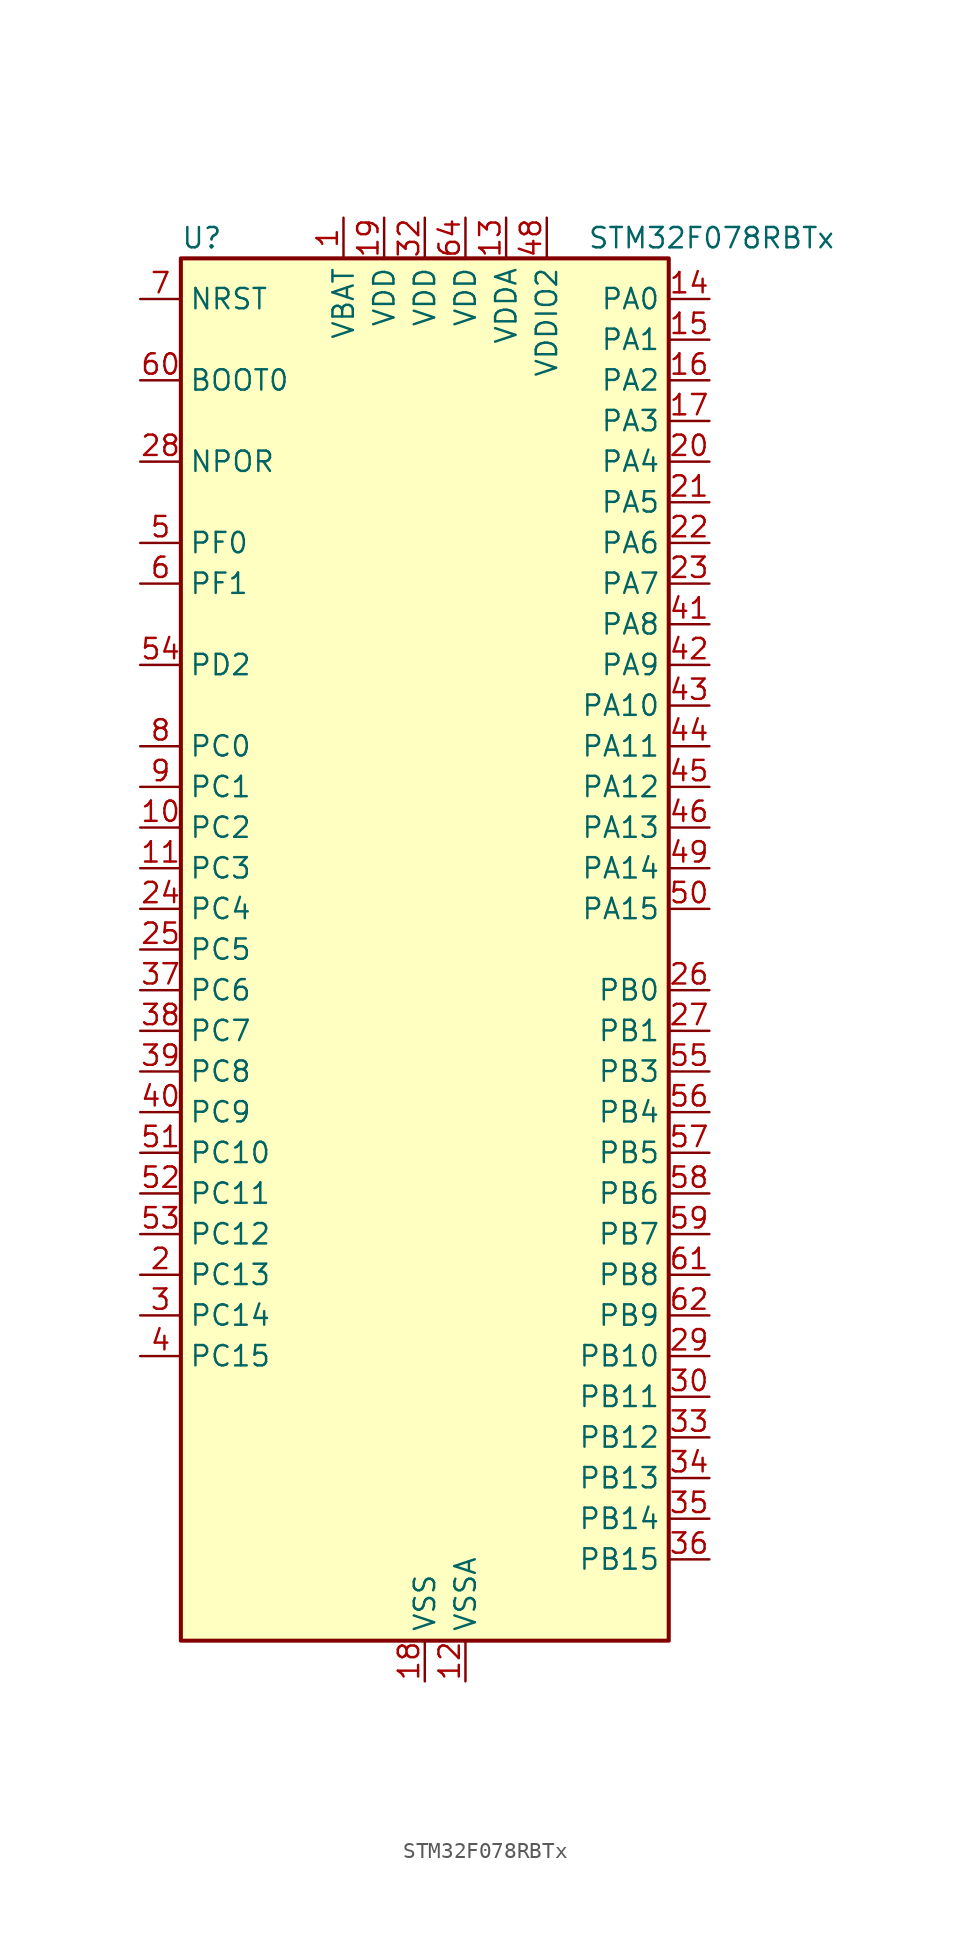
<source format=kicad_sym>
(kicad_symbol_lib
  (version 20220914)
  (generator kicad_symbol_editor)
  (symbol "STM32F078RBTx"
    (property "Reference" "U"
      (at -15.24 44.45 0)
      (effects (font (size 1.27 1.27)) (justify left)))
    (property "Value" "STM32F078RBTx"
      (at 10.16 44.45 0)
      (effects (font (size 1.27 1.27)) (justify left)))
    (property "ki_locked" ""
      (at 0 0 0)
      (effects (font (size 1.27 1.27))))
    (symbol "STM32F078RBTx_0_1"
      (rectangle (start -15.24 -43.18) (end 15.24 43.18) (stroke (width 0.254) (type default)) (fill (type background))))
    (symbol "STM32F078RBTx_1_1"
      (pin power_in line (at -5.08 45.72 270) (length 2.54) (name "VBAT" (effects (font (size 1.27 1.27)))) (number "1" (effects (font (size 1.27 1.27)))))
      (pin bidirectional line (at -17.78 7.62 0) (length 2.54) (name "PC2" (effects (font (size 1.27 1.27)))) (number "10" (effects (font (size 1.27 1.27)))) (alternate "ADC_IN12" bidirectional line) (alternate "I2S2_MCK" bidirectional line) (alternate "SPI2_MISO" bidirectional line))
      (pin bidirectional line (at -17.78 5.08 0) (length 2.54) (name "PC3" (effects (font (size 1.27 1.27)))) (number "11" (effects (font (size 1.27 1.27)))) (alternate "ADC_IN13" bidirectional line) (alternate "I2S2_SD" bidirectional line) (alternate "SPI2_MOSI" bidirectional line))
      (pin power_in line (at 2.54 -45.72 90) (length 2.54) (name "VSSA" (effects (font (size 1.27 1.27)))) (number "12" (effects (font (size 1.27 1.27)))))
      (pin power_in line (at 5.08 45.72 270) (length 2.54) (name "VDDA" (effects (font (size 1.27 1.27)))) (number "13" (effects (font (size 1.27 1.27)))))
      (pin bidirectional line (at 17.78 40.64 180) (length 2.54) (name "PA0" (effects (font (size 1.27 1.27)))) (number "14" (effects (font (size 1.27 1.27)))) (alternate "ADC_IN0" bidirectional line) (alternate "COMP1_INM" bidirectional line) (alternate "COMP1_OUT" bidirectional line) (alternate "RTC_TAMP2" bidirectional line) (alternate "SYS_WKUP1" bidirectional line) (alternate "TIM2_CH1" bidirectional line) (alternate "TIM2_ETR" bidirectional line) (alternate "TSC_G1_IO1" bidirectional line) (alternate "USART2_CTS" bidirectional line) (alternate "USART4_TX" bidirectional line))
      (pin bidirectional line (at 17.78 38.1 180) (length 2.54) (name "PA1" (effects (font (size 1.27 1.27)))) (number "15" (effects (font (size 1.27 1.27)))) (alternate "ADC_IN1" bidirectional line) (alternate "COMP1_INP" bidirectional line) (alternate "TIM15_CH1N" bidirectional line) (alternate "TIM2_CH2" bidirectional line) (alternate "TSC_G1_IO2" bidirectional line) (alternate "USART2_DE" bidirectional line) (alternate "USART2_RTS" bidirectional line) (alternate "USART4_RX" bidirectional line))
      (pin bidirectional line (at 17.78 35.56 180) (length 2.54) (name "PA2" (effects (font (size 1.27 1.27)))) (number "16" (effects (font (size 1.27 1.27)))) (alternate "ADC_IN2" bidirectional line) (alternate "COMP2_INM" bidirectional line) (alternate "COMP2_OUT" bidirectional line) (alternate "SYS_WKUP4" bidirectional line) (alternate "TIM15_CH1" bidirectional line) (alternate "TIM2_CH3" bidirectional line) (alternate "TSC_G1_IO3" bidirectional line) (alternate "USART2_TX" bidirectional line))
      (pin bidirectional line (at 17.78 33.02 180) (length 2.54) (name "PA3" (effects (font (size 1.27 1.27)))) (number "17" (effects (font (size 1.27 1.27)))) (alternate "ADC_IN3" bidirectional line) (alternate "COMP2_INP" bidirectional line) (alternate "TIM15_CH2" bidirectional line) (alternate "TIM2_CH4" bidirectional line) (alternate "TSC_G1_IO4" bidirectional line) (alternate "USART2_RX" bidirectional line))
      (pin power_in line (at 0 -45.72 90) (length 2.54) (name "VSS" (effects (font (size 1.27 1.27)))) (number "18" (effects (font (size 1.27 1.27)))))
      (pin power_in line (at -2.54 45.72 270) (length 2.54) (name "VDD" (effects (font (size 1.27 1.27)))) (number "19" (effects (font (size 1.27 1.27)))))
      (pin bidirectional line (at -17.78 -20.32 0) (length 2.54) (name "PC13" (effects (font (size 1.27 1.27)))) (number "2" (effects (font (size 1.27 1.27)))) (alternate "RTC_OUT_ALARM" bidirectional line) (alternate "RTC_OUT_CALIB" bidirectional line) (alternate "RTC_TAMP1" bidirectional line) (alternate "RTC_TS" bidirectional line) (alternate "SYS_WKUP2" bidirectional line))
      (pin bidirectional line (at 17.78 30.48 180) (length 2.54) (name "PA4" (effects (font (size 1.27 1.27)))) (number "20" (effects (font (size 1.27 1.27)))) (alternate "ADC_IN4" bidirectional line) (alternate "COMP1_INM" bidirectional line) (alternate "COMP2_INM" bidirectional line) (alternate "DAC_OUT1" bidirectional line) (alternate "I2S1_WS" bidirectional line) (alternate "SPI1_NSS" bidirectional line) (alternate "TIM14_CH1" bidirectional line) (alternate "TSC_G2_IO1" bidirectional line) (alternate "USART2_CK" bidirectional line))
      (pin bidirectional line (at 17.78 27.94 180) (length 2.54) (name "PA5" (effects (font (size 1.27 1.27)))) (number "21" (effects (font (size 1.27 1.27)))) (alternate "ADC_IN5" bidirectional line) (alternate "CEC" bidirectional line) (alternate "COMP1_INM" bidirectional line) (alternate "COMP2_INM" bidirectional line) (alternate "DAC_OUT2" bidirectional line) (alternate "I2S1_CK" bidirectional line) (alternate "SPI1_SCK" bidirectional line) (alternate "TIM2_CH1" bidirectional line) (alternate "TIM2_ETR" bidirectional line) (alternate "TSC_G2_IO2" bidirectional line))
      (pin bidirectional line (at 17.78 25.4 180) (length 2.54) (name "PA6" (effects (font (size 1.27 1.27)))) (number "22" (effects (font (size 1.27 1.27)))) (alternate "ADC_IN6" bidirectional line) (alternate "COMP1_OUT" bidirectional line) (alternate "I2S1_MCK" bidirectional line) (alternate "SPI1_MISO" bidirectional line) (alternate "TIM16_CH1" bidirectional line) (alternate "TIM1_BKIN" bidirectional line) (alternate "TIM3_CH1" bidirectional line) (alternate "TSC_G2_IO3" bidirectional line) (alternate "USART3_CTS" bidirectional line))
      (pin bidirectional line (at 17.78 22.86 180) (length 2.54) (name "PA7" (effects (font (size 1.27 1.27)))) (number "23" (effects (font (size 1.27 1.27)))) (alternate "ADC_IN7" bidirectional line) (alternate "COMP2_OUT" bidirectional line) (alternate "I2S1_SD" bidirectional line) (alternate "SPI1_MOSI" bidirectional line) (alternate "TIM14_CH1" bidirectional line) (alternate "TIM17_CH1" bidirectional line) (alternate "TIM1_CH1N" bidirectional line) (alternate "TIM3_CH2" bidirectional line) (alternate "TSC_G2_IO4" bidirectional line))
      (pin bidirectional line (at -17.78 2.54 0) (length 2.54) (name "PC4" (effects (font (size 1.27 1.27)))) (number "24" (effects (font (size 1.27 1.27)))) (alternate "ADC_IN14" bidirectional line) (alternate "USART3_TX" bidirectional line))
      (pin bidirectional line (at -17.78 0 0) (length 2.54) (name "PC5" (effects (font (size 1.27 1.27)))) (number "25" (effects (font (size 1.27 1.27)))) (alternate "ADC_IN15" bidirectional line) (alternate "SYS_WKUP5" bidirectional line) (alternate "TSC_G3_IO1" bidirectional line) (alternate "USART3_RX" bidirectional line))
      (pin bidirectional line (at 17.78 -2.54 180) (length 2.54) (name "PB0" (effects (font (size 1.27 1.27)))) (number "26" (effects (font (size 1.27 1.27)))) (alternate "ADC_IN8" bidirectional line) (alternate "TIM1_CH2N" bidirectional line) (alternate "TIM3_CH3" bidirectional line) (alternate "TSC_G3_IO2" bidirectional line) (alternate "USART3_CK" bidirectional line))
      (pin bidirectional line (at 17.78 -5.08 180) (length 2.54) (name "PB1" (effects (font (size 1.27 1.27)))) (number "27" (effects (font (size 1.27 1.27)))) (alternate "ADC_IN9" bidirectional line) (alternate "TIM14_CH1" bidirectional line) (alternate "TIM1_CH3N" bidirectional line) (alternate "TIM3_CH4" bidirectional line) (alternate "TSC_G3_IO3" bidirectional line) (alternate "USART3_DE" bidirectional line) (alternate "USART3_RTS" bidirectional line))
      (pin input line (at -17.78 30.48 0) (length 2.54) (name "NPOR" (effects (font (size 1.27 1.27)))) (number "28" (effects (font (size 1.27 1.27)))))
      (pin bidirectional line (at 17.78 -25.4 180) (length 2.54) (name "PB10" (effects (font (size 1.27 1.27)))) (number "29" (effects (font (size 1.27 1.27)))) (alternate "CEC" bidirectional line) (alternate "I2C2_SCL" bidirectional line) (alternate "I2S2_CK" bidirectional line) (alternate "SPI2_SCK" bidirectional line) (alternate "TIM2_CH3" bidirectional line) (alternate "TSC_SYNC" bidirectional line) (alternate "USART3_TX" bidirectional line))
      (pin bidirectional line (at -17.78 -22.86 0) (length 2.54) (name "PC14" (effects (font (size 1.27 1.27)))) (number "3" (effects (font (size 1.27 1.27)))) (alternate "RCC_OSC32_IN" bidirectional line))
      (pin bidirectional line (at 17.78 -27.94 180) (length 2.54) (name "PB11" (effects (font (size 1.27 1.27)))) (number "30" (effects (font (size 1.27 1.27)))) (alternate "I2C2_SDA" bidirectional line) (alternate "TIM2_CH4" bidirectional line) (alternate "TSC_G6_IO1" bidirectional line) (alternate "USART3_RX" bidirectional line))
      (pin passive line (at 0 -45.72 90) (length 2.54) hide (name "VSS" (effects (font (size 1.27 1.27)))) (number "31" (effects (font (size 1.27 1.27)))))
      (pin power_in line (at 0 45.72 270) (length 2.54) (name "VDD" (effects (font (size 1.27 1.27)))) (number "32" (effects (font (size 1.27 1.27)))))
      (pin bidirectional line (at 17.78 -30.48 180) (length 2.54) (name "PB12" (effects (font (size 1.27 1.27)))) (number "33" (effects (font (size 1.27 1.27)))) (alternate "I2S2_WS" bidirectional line) (alternate "SPI2_NSS" bidirectional line) (alternate "TIM15_BKIN" bidirectional line) (alternate "TIM1_BKIN" bidirectional line) (alternate "TSC_G6_IO2" bidirectional line) (alternate "USART3_CK" bidirectional line))
      (pin bidirectional line (at 17.78 -33.02 180) (length 2.54) (name "PB13" (effects (font (size 1.27 1.27)))) (number "34" (effects (font (size 1.27 1.27)))) (alternate "I2C2_SCL" bidirectional line) (alternate "I2S2_CK" bidirectional line) (alternate "SPI2_SCK" bidirectional line) (alternate "TIM1_CH1N" bidirectional line) (alternate "TSC_G6_IO3" bidirectional line) (alternate "USART3_CTS" bidirectional line))
      (pin bidirectional line (at 17.78 -35.56 180) (length 2.54) (name "PB14" (effects (font (size 1.27 1.27)))) (number "35" (effects (font (size 1.27 1.27)))) (alternate "I2C2_SDA" bidirectional line) (alternate "I2S2_MCK" bidirectional line) (alternate "SPI2_MISO" bidirectional line) (alternate "TIM15_CH1" bidirectional line) (alternate "TIM1_CH2N" bidirectional line) (alternate "TSC_G6_IO4" bidirectional line) (alternate "USART3_DE" bidirectional line) (alternate "USART3_RTS" bidirectional line))
      (pin bidirectional line (at 17.78 -38.1 180) (length 2.54) (name "PB15" (effects (font (size 1.27 1.27)))) (number "36" (effects (font (size 1.27 1.27)))) (alternate "I2S2_SD" bidirectional line) (alternate "RTC_REFIN" bidirectional line) (alternate "SPI2_MOSI" bidirectional line) (alternate "SYS_WKUP7" bidirectional line) (alternate "TIM15_CH1N" bidirectional line) (alternate "TIM15_CH2" bidirectional line) (alternate "TIM1_CH3N" bidirectional line))
      (pin bidirectional line (at -17.78 -2.54 0) (length 2.54) (name "PC6" (effects (font (size 1.27 1.27)))) (number "37" (effects (font (size 1.27 1.27)))) (alternate "TIM3_CH1" bidirectional line))
      (pin bidirectional line (at -17.78 -5.08 0) (length 2.54) (name "PC7" (effects (font (size 1.27 1.27)))) (number "38" (effects (font (size 1.27 1.27)))) (alternate "TIM3_CH2" bidirectional line))
      (pin bidirectional line (at -17.78 -7.62 0) (length 2.54) (name "PC8" (effects (font (size 1.27 1.27)))) (number "39" (effects (font (size 1.27 1.27)))) (alternate "TIM3_CH3" bidirectional line))
      (pin bidirectional line (at -17.78 -25.4 0) (length 2.54) (name "PC15" (effects (font (size 1.27 1.27)))) (number "4" (effects (font (size 1.27 1.27)))) (alternate "RCC_OSC32_OUT" bidirectional line))
      (pin bidirectional line (at -17.78 -10.16 0) (length 2.54) (name "PC9" (effects (font (size 1.27 1.27)))) (number "40" (effects (font (size 1.27 1.27)))) (alternate "DAC_EXTI9" bidirectional line) (alternate "TIM3_CH4" bidirectional line))
      (pin bidirectional line (at 17.78 20.32 180) (length 2.54) (name "PA8" (effects (font (size 1.27 1.27)))) (number "41" (effects (font (size 1.27 1.27)))) (alternate "CRS_SYNC" bidirectional line) (alternate "RCC_MCO" bidirectional line) (alternate "TIM1_CH1" bidirectional line) (alternate "USART1_CK" bidirectional line))
      (pin bidirectional line (at 17.78 17.78 180) (length 2.54) (name "PA9" (effects (font (size 1.27 1.27)))) (number "42" (effects (font (size 1.27 1.27)))) (alternate "DAC_EXTI9" bidirectional line) (alternate "TIM15_BKIN" bidirectional line) (alternate "TIM1_CH2" bidirectional line) (alternate "TSC_G4_IO1" bidirectional line) (alternate "USART1_TX" bidirectional line))
      (pin bidirectional line (at 17.78 15.24 180) (length 2.54) (name "PA10" (effects (font (size 1.27 1.27)))) (number "43" (effects (font (size 1.27 1.27)))) (alternate "TIM17_BKIN" bidirectional line) (alternate "TIM1_CH3" bidirectional line) (alternate "TSC_G4_IO2" bidirectional line) (alternate "USART1_RX" bidirectional line))
      (pin bidirectional line (at 17.78 12.7 180) (length 2.54) (name "PA11" (effects (font (size 1.27 1.27)))) (number "44" (effects (font (size 1.27 1.27)))) (alternate "COMP1_OUT" bidirectional line) (alternate "TIM1_CH4" bidirectional line) (alternate "TSC_G4_IO3" bidirectional line) (alternate "USART1_CTS" bidirectional line) (alternate "USB_DM" bidirectional line))
      (pin bidirectional line (at 17.78 10.16 180) (length 2.54) (name "PA12" (effects (font (size 1.27 1.27)))) (number "45" (effects (font (size 1.27 1.27)))) (alternate "COMP2_OUT" bidirectional line) (alternate "TIM1_ETR" bidirectional line) (alternate "TSC_G4_IO4" bidirectional line) (alternate "USART1_DE" bidirectional line) (alternate "USART1_RTS" bidirectional line) (alternate "USB_DP" bidirectional line))
      (pin bidirectional line (at 17.78 7.62 180) (length 2.54) (name "PA13" (effects (font (size 1.27 1.27)))) (number "46" (effects (font (size 1.27 1.27)))) (alternate "IR_OUT" bidirectional line) (alternate "SYS_SWDIO" bidirectional line) (alternate "USB_NOE" bidirectional line))
      (pin passive line (at 0 -45.72 90) (length 2.54) hide (name "VSS" (effects (font (size 1.27 1.27)))) (number "47" (effects (font (size 1.27 1.27)))))
      (pin power_in line (at 7.62 45.72 270) (length 2.54) (name "VDDIO2" (effects (font (size 1.27 1.27)))) (number "48" (effects (font (size 1.27 1.27)))))
      (pin bidirectional line (at 17.78 5.08 180) (length 2.54) (name "PA14" (effects (font (size 1.27 1.27)))) (number "49" (effects (font (size 1.27 1.27)))) (alternate "SYS_SWCLK" bidirectional line) (alternate "USART2_TX" bidirectional line))
      (pin bidirectional line (at -17.78 25.4 0) (length 2.54) (name "PF0" (effects (font (size 1.27 1.27)))) (number "5" (effects (font (size 1.27 1.27)))) (alternate "CRS_SYNC" bidirectional line) (alternate "RCC_OSC_IN" bidirectional line))
      (pin bidirectional line (at 17.78 2.54 180) (length 2.54) (name "PA15" (effects (font (size 1.27 1.27)))) (number "50" (effects (font (size 1.27 1.27)))) (alternate "I2S1_WS" bidirectional line) (alternate "SPI1_NSS" bidirectional line) (alternate "TIM2_CH1" bidirectional line) (alternate "TIM2_ETR" bidirectional line) (alternate "USART2_RX" bidirectional line) (alternate "USART4_DE" bidirectional line) (alternate "USART4_RTS" bidirectional line))
      (pin bidirectional line (at -17.78 -12.7 0) (length 2.54) (name "PC10" (effects (font (size 1.27 1.27)))) (number "51" (effects (font (size 1.27 1.27)))) (alternate "USART3_TX" bidirectional line) (alternate "USART4_TX" bidirectional line))
      (pin bidirectional line (at -17.78 -15.24 0) (length 2.54) (name "PC11" (effects (font (size 1.27 1.27)))) (number "52" (effects (font (size 1.27 1.27)))) (alternate "USART3_RX" bidirectional line) (alternate "USART4_RX" bidirectional line))
      (pin bidirectional line (at -17.78 -17.78 0) (length 2.54) (name "PC12" (effects (font (size 1.27 1.27)))) (number "53" (effects (font (size 1.27 1.27)))) (alternate "USART3_CK" bidirectional line) (alternate "USART4_CK" bidirectional line))
      (pin bidirectional line (at -17.78 17.78 0) (length 2.54) (name "PD2" (effects (font (size 1.27 1.27)))) (number "54" (effects (font (size 1.27 1.27)))) (alternate "TIM3_ETR" bidirectional line) (alternate "USART3_DE" bidirectional line) (alternate "USART3_RTS" bidirectional line))
      (pin bidirectional line (at 17.78 -7.62 180) (length 2.54) (name "PB3" (effects (font (size 1.27 1.27)))) (number "55" (effects (font (size 1.27 1.27)))) (alternate "I2S1_CK" bidirectional line) (alternate "SPI1_SCK" bidirectional line) (alternate "TIM2_CH2" bidirectional line) (alternate "TSC_G5_IO1" bidirectional line))
      (pin bidirectional line (at 17.78 -10.16 180) (length 2.54) (name "PB4" (effects (font (size 1.27 1.27)))) (number "56" (effects (font (size 1.27 1.27)))) (alternate "I2S1_MCK" bidirectional line) (alternate "SPI1_MISO" bidirectional line) (alternate "TIM17_BKIN" bidirectional line) (alternate "TIM3_CH1" bidirectional line) (alternate "TSC_G5_IO2" bidirectional line))
      (pin bidirectional line (at 17.78 -12.7 180) (length 2.54) (name "PB5" (effects (font (size 1.27 1.27)))) (number "57" (effects (font (size 1.27 1.27)))) (alternate "I2C1_SMBA" bidirectional line) (alternate "I2S1_SD" bidirectional line) (alternate "SPI1_MOSI" bidirectional line) (alternate "SYS_WKUP6" bidirectional line) (alternate "TIM16_BKIN" bidirectional line) (alternate "TIM3_CH2" bidirectional line))
      (pin bidirectional line (at 17.78 -15.24 180) (length 2.54) (name "PB6" (effects (font (size 1.27 1.27)))) (number "58" (effects (font (size 1.27 1.27)))) (alternate "I2C1_SCL" bidirectional line) (alternate "TIM16_CH1N" bidirectional line) (alternate "TSC_G5_IO3" bidirectional line) (alternate "USART1_TX" bidirectional line))
      (pin bidirectional line (at 17.78 -17.78 180) (length 2.54) (name "PB7" (effects (font (size 1.27 1.27)))) (number "59" (effects (font (size 1.27 1.27)))) (alternate "I2C1_SDA" bidirectional line) (alternate "TIM17_CH1N" bidirectional line) (alternate "TSC_G5_IO4" bidirectional line) (alternate "USART1_RX" bidirectional line) (alternate "USART4_CTS" bidirectional line))
      (pin bidirectional line (at -17.78 22.86 0) (length 2.54) (name "PF1" (effects (font (size 1.27 1.27)))) (number "6" (effects (font (size 1.27 1.27)))) (alternate "RCC_OSC_OUT" bidirectional line))
      (pin input line (at -17.78 35.56 0) (length 2.54) (name "BOOT0" (effects (font (size 1.27 1.27)))) (number "60" (effects (font (size 1.27 1.27)))))
      (pin bidirectional line (at 17.78 -20.32 180) (length 2.54) (name "PB8" (effects (font (size 1.27 1.27)))) (number "61" (effects (font (size 1.27 1.27)))) (alternate "CEC" bidirectional line) (alternate "I2C1_SCL" bidirectional line) (alternate "TIM16_CH1" bidirectional line) (alternate "TSC_SYNC" bidirectional line))
      (pin bidirectional line (at 17.78 -22.86 180) (length 2.54) (name "PB9" (effects (font (size 1.27 1.27)))) (number "62" (effects (font (size 1.27 1.27)))) (alternate "DAC_EXTI9" bidirectional line) (alternate "I2C1_SDA" bidirectional line) (alternate "I2S2_WS" bidirectional line) (alternate "IR_OUT" bidirectional line) (alternate "SPI2_NSS" bidirectional line) (alternate "TIM17_CH1" bidirectional line))
      (pin passive line (at 0 -45.72 90) (length 2.54) hide (name "VSS" (effects (font (size 1.27 1.27)))) (number "63" (effects (font (size 1.27 1.27)))))
      (pin power_in line (at 2.54 45.72 270) (length 2.54) (name "VDD" (effects (font (size 1.27 1.27)))) (number "64" (effects (font (size 1.27 1.27)))))
      (pin input line (at -17.78 40.64 0) (length 2.54) (name "NRST" (effects (font (size 1.27 1.27)))) (number "7" (effects (font (size 1.27 1.27)))))
      (pin bidirectional line (at -17.78 12.7 0) (length 2.54) (name "PC0" (effects (font (size 1.27 1.27)))) (number "8" (effects (font (size 1.27 1.27)))) (alternate "ADC_IN10" bidirectional line))
      (pin bidirectional line (at -17.78 10.16 0) (length 2.54) (name "PC1" (effects (font (size 1.27 1.27)))) (number "9" (effects (font (size 1.27 1.27)))) (alternate "ADC_IN11" bidirectional line)))))
</source>
